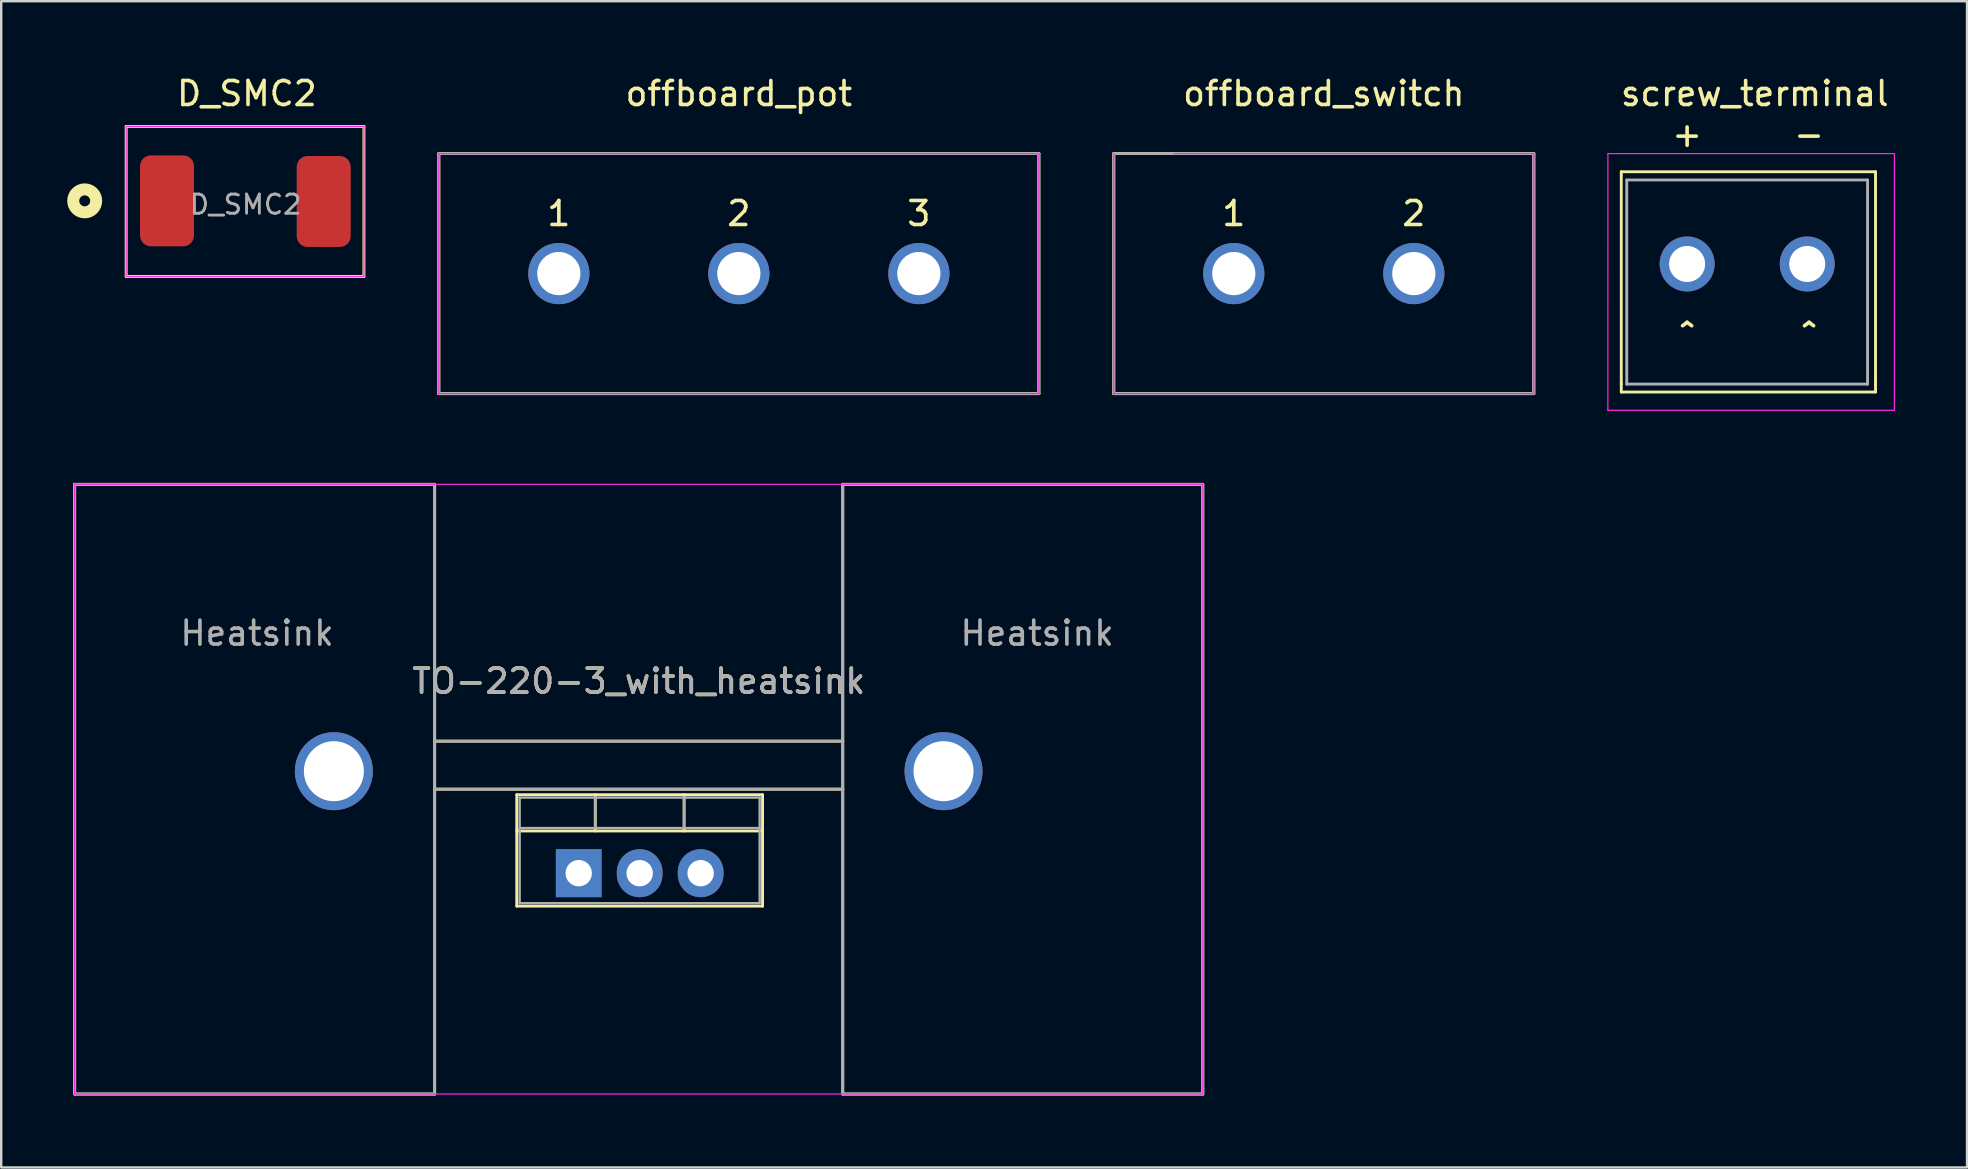
<source format=kicad_pcb>
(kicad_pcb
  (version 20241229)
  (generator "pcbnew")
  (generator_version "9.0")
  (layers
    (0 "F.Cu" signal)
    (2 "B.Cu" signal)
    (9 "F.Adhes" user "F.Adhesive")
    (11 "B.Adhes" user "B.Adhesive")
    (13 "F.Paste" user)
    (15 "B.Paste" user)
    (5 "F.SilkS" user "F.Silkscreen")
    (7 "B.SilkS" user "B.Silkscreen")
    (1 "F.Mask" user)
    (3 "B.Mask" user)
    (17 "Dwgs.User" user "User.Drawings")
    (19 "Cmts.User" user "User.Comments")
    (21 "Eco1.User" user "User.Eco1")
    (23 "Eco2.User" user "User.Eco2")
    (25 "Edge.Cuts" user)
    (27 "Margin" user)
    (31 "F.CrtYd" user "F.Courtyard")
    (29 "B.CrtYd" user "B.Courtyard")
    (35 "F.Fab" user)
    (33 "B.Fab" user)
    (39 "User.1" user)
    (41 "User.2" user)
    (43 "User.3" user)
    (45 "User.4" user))
  (footprint "D_SMC2"
    (layer "F.Cu")
    (at 2.714 8.468)
    (property "Reference" "D_SMC2" (at 4.521 -7.62 0) (layer "F.SilkS") (effects (font (size 1 1) (thickness 0.15))))
    (attr smd)
    (fp_line (start -0.508 -6.248) (end -0.508 0) (stroke (width 0.12) (type solid)) (layer "F.SilkS"))
    (fp_line (start -0.508 0) (end 9.398 0) (stroke (width 0.12) (type solid)) (layer "F.SilkS"))
    (fp_line (start 9.398 -6.248) (end -0.508 -6.248) (stroke (width 0.12) (type solid)) (layer "F.SilkS"))
    (fp_line (start 9.398 0) (end 9.398 -6.248) (stroke (width 0.12) (type solid)) (layer "F.SilkS"))
    (fp_circle (center -2.235 -3.15) (end -2.007 -3.15) (stroke (width 0.5) (type solid)) (fill no) (layer "F.SilkS"))
    (fp_line (start -0.508 -6.248) (end -0.508 0) (stroke (width 0.05) (type solid)) (layer "F.CrtYd"))
    (fp_line (start -0.508 0) (end 9.398 0) (stroke (width 0.05) (type solid)) (layer "F.CrtYd"))
    (fp_line (start 9.398 -6.248) (end -0.508 -6.248) (stroke (width 0.05) (type solid)) (layer "F.CrtYd"))
    (fp_line (start 9.398 0) (end 9.398 -6.248) (stroke (width 0.05) (type solid)) (layer "F.CrtYd"))
    (fp_text user "${REFERENCE}" (at 4.47 -2.997 0) (layer "F.Fab") (effects (font (size 0.8 0.8) (thickness 0.12))))
    (pad "1" smd roundrect (at 1.194 -3.15) (size 2.25 3.79) (layers "F.Cu" "F.Mask" "F.Paste") (roundrect_rratio 0.2))
    (pad "2" smd roundrect (at 7.722 -3.124) (size 2.25 3.79) (layers "F.Cu" "F.Mask" "F.Paste") (roundrect_rratio 0.2)))
  (footprint "TO-220-3_with_heatsink"
    (layer "F.Cu")
    (at 20.16 38.329)
    (property "Reference" "TO-220-3_with_heatsink" (at 3.4 -13 0) (layer "F.SilkS") (effects (font (size 1 1) (thickness 0.15))))
    (attr through_hole)
    (fp_line (start -20.1 -21.2) (end -20.1 4.2) (stroke (width 0.12) (type solid)) (layer "F.SilkS"))
    (fp_line (start -20.1 4.2) (end -5.1 4.2) (stroke (width 0.12) (type solid)) (layer "F.SilkS"))
    (fp_line (start -5.1 -21.2) (end -20.1 -21.2) (stroke (width 0.12) (type solid)) (layer "F.SilkS"))
    (fp_line (start -5.1 4.2) (end -5.1 -21.2) (stroke (width 0.12) (type solid)) (layer "F.SilkS"))
    (fp_line (start -1.68 -8.27) (end -1.68 -3.629) (stroke (width 0.12) (type solid)) (layer "F.SilkS"))
    (fp_line (start -1.68 -8.27) (end 8.56 -8.27) (stroke (width 0.12) (type solid)) (layer "F.SilkS"))
    (fp_line (start -1.68 -6.76) (end 8.56 -6.76) (stroke (width 0.12) (type solid)) (layer "F.SilkS"))
    (fp_line (start -1.68 -3.629) (end 8.56 -3.629) (stroke (width 0.12) (type solid)) (layer "F.SilkS"))
    (fp_line (start 1.59 -8.27) (end 1.59 -6.76) (stroke (width 0.12) (type solid)) (layer "F.SilkS"))
    (fp_line (start 5.291 -8.27) (end 5.291 -6.76) (stroke (width 0.12) (type solid)) (layer "F.SilkS"))
    (fp_line (start 8.56 -8.27) (end 8.56 -3.629) (stroke (width 0.12) (type solid)) (layer "F.SilkS"))
    (fp_line (start 11.9 -21.2) (end 26.9 -21.2) (stroke (width 0.12) (type solid)) (layer "F.SilkS"))
    (fp_line (start 11.9 -10.5) (end -5.1 -10.5) (stroke (width 0.12) (type solid)) (layer "F.SilkS"))
    (fp_line (start 11.9 -8.5) (end -5.1 -8.5) (stroke (width 0.12) (type solid)) (layer "F.SilkS"))
    (fp_line (start 11.9 4.2) (end 11.9 -21.2) (stroke (width 0.12) (type solid)) (layer "F.SilkS"))
    (fp_line (start 26.9 -21.2) (end 26.9 4.2) (stroke (width 0.12) (type solid)) (layer "F.SilkS"))
    (fp_line (start 26.9 4.2) (end 11.9 4.2) (stroke (width 0.12) (type solid)) (layer "F.SilkS"))
    (fp_line (start -20.1 -21.2) (end -20.1 4.2) (stroke (width 0.05) (type solid)) (layer "F.CrtYd"))
    (fp_line (start -20.1 4.2) (end 26.9 4.2) (stroke (width 0.05) (type solid)) (layer "F.CrtYd"))
    (fp_line (start 26.9 -21.2) (end -20.1 -21.2) (stroke (width 0.05) (type solid)) (layer "F.CrtYd"))
    (fp_line (start 26.9 4.2) (end 26.9 -21.2) (stroke (width 0.05) (type solid)) (layer "F.CrtYd"))
    (fp_line (start -20.1 -21.2) (end -20.1 4.2) (stroke (width 0.12) (type solid)) (layer "F.Fab"))
    (fp_line (start -5.11 -21.2) (end -20.1 -21.2) (stroke (width 0.12) (type solid)) (layer "F.Fab"))
    (fp_line (start -5.11 -8.5) (end 11.91 -8.5) (stroke (width 0.12) (type solid)) (layer "F.Fab"))
    (fp_line (start -5.11 4.2) (end -5.11 -21.2) (stroke (width 0.12) (type solid)) (layer "F.Fab"))
    (fp_line (start -5.1 -10.5) (end 11.9 -10.5) (stroke (width 0.12) (type solid)) (layer "F.Fab"))
    (fp_line (start -5.1 4.2) (end -20.1 4.2) (stroke (width 0.12) (type solid)) (layer "F.Fab"))
    (fp_line (start -1.56 -8.15) (end -1.56 -3.75) (stroke (width 0.1) (type solid)) (layer "F.Fab"))
    (fp_line (start -1.56 -6.88) (end 8.44 -6.88) (stroke (width 0.1) (type solid)) (layer "F.Fab"))
    (fp_line (start -1.56 -3.75) (end 8.44 -3.75) (stroke (width 0.1) (type solid)) (layer "F.Fab"))
    (fp_line (start 1.59 -8.15) (end 1.59 -6.88) (stroke (width 0.1) (type solid)) (layer "F.Fab"))
    (fp_line (start 5.29 -8.15) (end 5.29 -6.88) (stroke (width 0.1) (type solid)) (layer "F.Fab"))
    (fp_line (start 8.44 -8.15) (end -1.56 -8.15) (stroke (width 0.1) (type solid)) (layer "F.Fab"))
    (fp_line (start 8.44 -3.75) (end 8.44 -8.15) (stroke (width 0.1) (type solid)) (layer "F.Fab"))
    (fp_line (start 11.9 -21.2) (end 26.9 -21.2) (stroke (width 0.12) (type solid)) (layer "F.Fab"))
    (fp_line (start 11.9 4.2) (end 11.9 -21.2) (stroke (width 0.12) (type solid)) (layer "F.Fab"))
    (fp_line (start 11.9 4.2) (end 26.9 4.2) (stroke (width 0.12) (type solid)) (layer "F.Fab"))
    (fp_line (start 26.9 -21.2) (end 26.9 4.2) (stroke (width 0.12) (type solid)) (layer "F.Fab"))
    (fp_text user "Heatsink" (at 20 -15 0) (layer "F.Fab") (effects (font (size 1 1) (thickness 0.15))))
    (fp_text user "Heatsink" (at -12.5 -15 0) (layer "F.Fab") (effects (font (size 1 1) (thickness 0.15))))
    (fp_text user "${REFERENCE}" (at 3.4 -13 0) (layer "F.Fab") (effects (font (size 1 1) (thickness 0.15))))
    (pad "" np_thru_hole circle (at -9.3 -9.25) (size 3.25 3.25) (drill 2.5) (layers "*.Cu" "*.Mask"))
    (pad "" np_thru_hole circle (at 16.1 -9.25) (size 3.25 3.25) (drill 2.5) (layers "*.Cu" "*.Mask"))
    (pad "1" thru_hole rect (at 0.9 -5) (size 1.905 2) (drill 1.1) (layers "*.Cu" "*.Mask"))
    (pad "2" thru_hole oval (at 3.44 -5) (size 1.905 2) (drill 1.1) (layers "*.Cu" "*.Mask"))
    (pad "3" thru_hole oval (at 5.98 -5) (size 1.905 2) (drill 1.1) (layers "*.Cu" "*.Mask")))
  (footprint "offboard_pot"
    (layer "F.Cu")
    (at 20.232 8.348)
    (property "Reference" "offboard_pot" (at 7.5 -7.5 0) (layer "F.SilkS") (effects (font (size 1 1) (thickness 0.15))))
    (attr through_hole)
    (fp_line (start -5 -5) (end 20 -5) (stroke (width 0.12) (type solid)) (layer "F.SilkS"))
    (fp_line (start -5 5) (end -5 -5) (stroke (width 0.12) (type solid)) (layer "F.SilkS"))
    (fp_line (start 20 -5) (end 20 5) (stroke (width 0.12) (type solid)) (layer "F.SilkS"))
    (fp_line (start 20 5) (end -5 5) (stroke (width 0.12) (type solid)) (layer "F.SilkS"))
    (fp_line (start -5 -5) (end 20 -5) (stroke (width 0.05) (type solid)) (layer "F.CrtYd"))
    (fp_line (start -5 5) (end -5 -5) (stroke (width 0.05) (type solid)) (layer "F.CrtYd"))
    (fp_line (start 20 -5) (end 20 5) (stroke (width 0.05) (type solid)) (layer "F.CrtYd"))
    (fp_line (start 20 5) (end -5 5) (stroke (width 0.05) (type solid)) (layer "F.CrtYd"))
    (fp_line (start -5 -5) (end 20 -5) (stroke (width 0.12) (type solid)) (layer "F.Fab"))
    (fp_line (start -5 5) (end -5 -5) (stroke (width 0.12) (type solid)) (layer "F.Fab"))
    (fp_line (start 20 -5) (end 20 5) (stroke (width 0.12) (type solid)) (layer "F.Fab"))
    (fp_line (start 20 5) (end -5 5) (stroke (width 0.12) (type solid)) (layer "F.Fab"))
    (fp_text user "3" (at 15 -2.5 0) (layer "F.SilkS") (effects (font (size 1 1) (thickness 0.15))))
    (fp_text user "2" (at 7.5 -2.5 0) (layer "F.SilkS") (effects (font (size 1 1) (thickness 0.15))))
    (fp_text user "1" (at 0 -2.5 0) (layer "F.SilkS") (effects (font (size 1 1) (thickness 0.15))))
    (pad "1" thru_hole circle (at 0 0) (size 2.55 2.55) (drill 1.8) (layers "*.Cu" "*.Mask"))
    (pad "2" thru_hole circle (at 7.5 0) (size 2.55 2.55) (drill 1.8) (layers "*.Cu" "*.Mask"))
    (pad "3" thru_hole circle (at 15 0) (size 2.55 2.55) (drill 1.8) (layers "*.Cu" "*.Mask")))
  (footprint "screw_terminal"
    (layer "F.Cu")
    (at 67.239 7.948)
    (property "Reference" "screw_terminal" (at 2.819 -7.1 0) (layer "F.SilkS") (effects (font (size 1 1) (thickness 0.15))))
    (attr through_hole)
    (fp_line (start -2.743 -3.842) (end -2.743 5.004) (stroke (width 0.12) (type solid)) (layer "F.SilkS"))
    (fp_line (start -2.743 5.004) (end -2.743 5.334) (stroke (width 0.12) (type solid)) (layer "F.SilkS"))
    (fp_line (start -2.743 5.334) (end 7.849 5.334) (stroke (width 0.12) (type solid)) (layer "F.SilkS"))
    (fp_line (start 7.849 -3.842) (end -2.743 -3.842) (stroke (width 0.12) (type solid)) (layer "F.SilkS"))
    (fp_line (start 7.849 -3.842) (end 7.849 5.004) (stroke (width 0.12) (type solid)) (layer "F.SilkS"))
    (fp_line (start 7.849 5.334) (end 7.849 5.004) (stroke (width 0.12) (type solid)) (layer "F.SilkS"))
    (fp_line (start -3.302 6.096) (end 8.636 6.096) (stroke (width 0.05) (type solid)) (layer "F.CrtYd"))
    (fp_line (start -3.3 -4.6) (end -3.302 6.096) (stroke (width 0.05) (type solid)) (layer "F.CrtYd"))
    (fp_line (start 8.636 -4.6) (end -3.302 -4.6) (stroke (width 0.05) (type solid)) (layer "F.CrtYd"))
    (fp_line (start 8.636 6.096) (end 8.636 -4.6) (stroke (width 0.05) (type solid)) (layer "F.CrtYd"))
    (fp_line (start -2.515 -3.5) (end -2.515 5.004) (stroke (width 0.12) (type solid)) (layer "F.Fab"))
    (fp_line (start -2.515 5.004) (end 7.518 5.004) (stroke (width 0.12) (type solid)) (layer "F.Fab"))
    (fp_line (start 7.518 -3.5) (end -2.515 -3.5) (stroke (width 0.12) (type solid)) (layer "F.Fab"))
    (fp_line (start 7.518 5.004) (end 7.518 -3.5) (stroke (width 0.12) (type solid)) (layer "F.Fab"))
    (fp_text user "+" (at 0 -5.4 0) (layer "F.SilkS") (effects (font (size 1 1) (thickness 0.15))))
    (fp_text user "-" (at 5.08 -5.4 0) (layer "F.SilkS") (effects (font (size 1 1) (thickness 0.15))))
    (fp_text user "^" (at 5.08 3.023 0) (layer "F.SilkS") (effects (font (size 1 1) (thickness 0.15))))
    (fp_text user "^" (at 0 3.023 0) (layer "F.SilkS") (effects (font (size 1 1) (thickness 0.15))))
    (pad "1" thru_hole circle (at 0 0) (size 2.29 2.29) (drill 1.5) (layers "*.Cu" "*.Mask"))
    (pad "2" thru_hole circle (at 5.004 0) (size 2.29 2.29) (drill 1.5) (layers "*.Cu" "*.Mask")))
  (footprint "offboard_switch"
    (layer "F.Cu")
    (at 48.352 8.348)
    (property "Reference" "offboard_switch" (at 3.75 -7.5 0) (layer "F.SilkS") (effects (font (size 1 1) (thickness 0.15))))
    (attr through_hole)
    (fp_line (start -5 -5) (end 12.5 -5) (stroke (width 0.12) (type solid)) (layer "F.SilkS"))
    (fp_line (start -5 5) (end -5 -5) (stroke (width 0.12) (type solid)) (layer "F.SilkS"))
    (fp_line (start 12.5 5) (end -5 5) (stroke (width 0.12) (type solid)) (layer "F.SilkS"))
    (fp_line (start 12.5 5) (end 12.5 -5) (stroke (width 0.12) (type solid)) (layer "F.SilkS"))
    (fp_line (start -5 5) (end -5 -5) (stroke (width 0.05) (type solid)) (layer "F.CrtYd"))
    (fp_line (start -2.5 -5) (end 12.5 -5) (stroke (width 0.05) (type solid)) (layer "F.CrtYd"))
    (fp_line (start 12.5 -5) (end 12.5 5) (stroke (width 0.05) (type solid)) (layer "F.CrtYd"))
    (fp_line (start 12.5 5) (end -5 5) (stroke (width 0.05) (type solid)) (layer "F.CrtYd"))
    (fp_line (start -5 -5) (end 12.5 -5) (stroke (width 0.12) (type solid)) (layer "F.Fab"))
    (fp_line (start -5 5) (end -5 -5) (stroke (width 0.12) (type solid)) (layer "F.Fab"))
    (fp_line (start 12.5 5) (end -5 5) (stroke (width 0.12) (type solid)) (layer "F.Fab"))
    (fp_line (start 12.5 5) (end 12.5 -5) (stroke (width 0.12) (type solid)) (layer "F.Fab"))
    (fp_text user "2" (at 7.5 -2.5 0) (layer "F.SilkS") (effects (font (size 1 1) (thickness 0.15))))
    (fp_text user "1" (at 0 -2.5 0) (layer "F.SilkS") (effects (font (size 1 1) (thickness 0.15))))
    (pad "1" thru_hole circle (at 0 0) (size 2.55 2.55) (drill 1.8) (layers "*.Cu" "*.Mask"))
    (pad "2" thru_hole circle (at 7.5 0) (size 2.55 2.55) (drill 1.8) (layers "*.Cu" "*.Mask")))
  (gr_rect
    (start -3 -3)
    (end 78.9 45.589)
    (stroke (width 0.1) (type default))
    (fill no)
    (layer "Edge.Cuts")))
</source>
